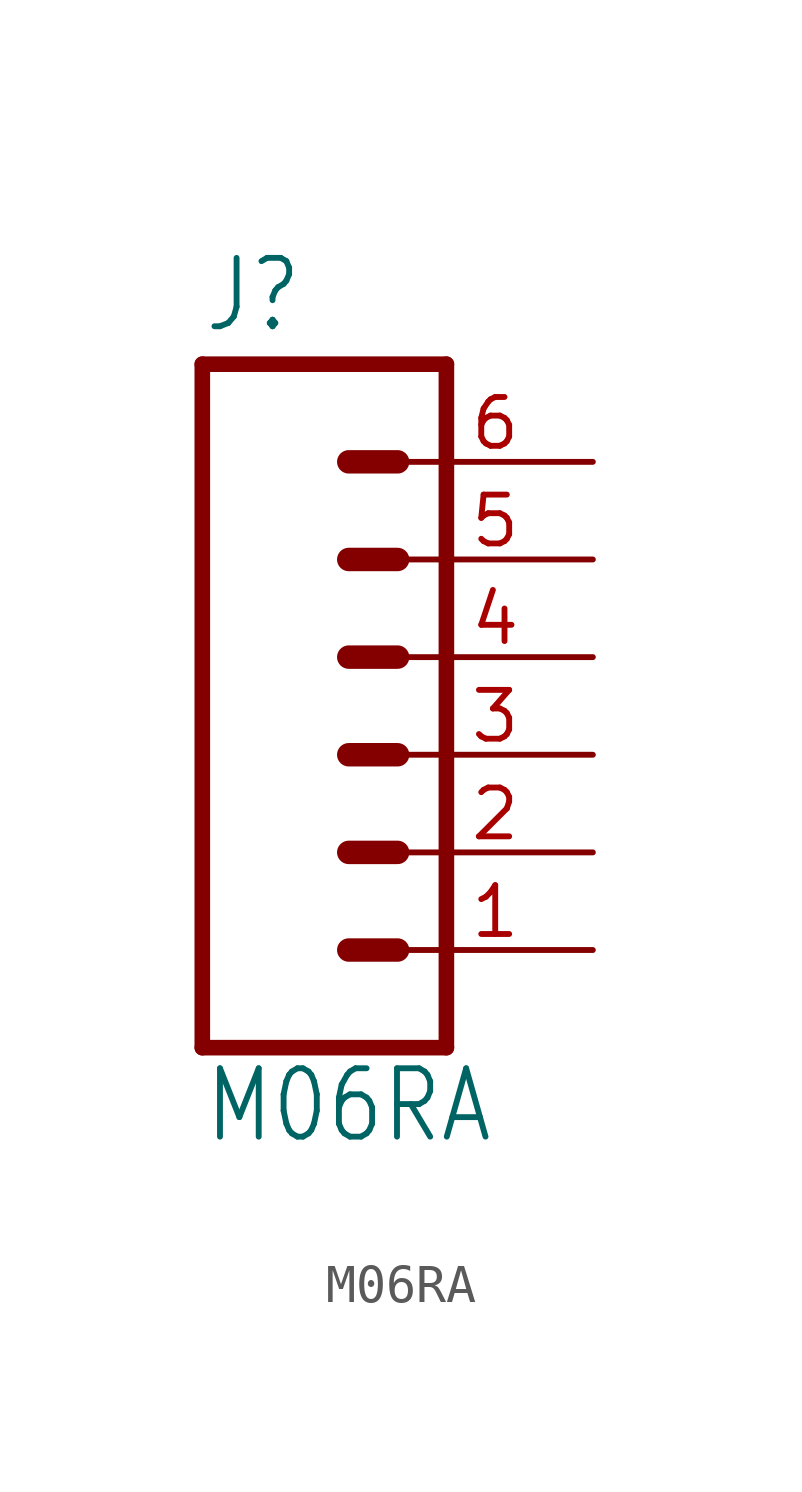
<source format=kicad_sym>
(kicad_symbol_lib
  (version 20220914)
  (generator kicad_symbol_editor)
  (symbol "M06RA"
    (property "Reference" "J"
      (at -5.08 10.922 0)
      (effects (font (size 1.778 1.511)) (justify left bottom)))
    (property "Value" "M06RA"
      (at -5.08 -10.16 0)
      (effects (font (size 1.778 1.511)) (justify left bottom)))
    (property "ki_locked" ""
      (at 0 0 0)
      (effects (font (size 1.27 1.27))))
    (symbol "M06RA_1_0"
      (polyline (pts (xy -5.08 10.16) (xy -5.08 -7.62)) (stroke (width 0.406) (type default)) (fill (type none)))
      (polyline (pts (xy -5.08 10.16) (xy 1.27 10.16)) (stroke (width 0.406) (type default)) (fill (type none)))
      (polyline (pts (xy -1.27 -5.08) (xy 0 -5.08)) (stroke (width 0.61) (type default)) (fill (type none)))
      (polyline (pts (xy -1.27 -2.54) (xy 0 -2.54)) (stroke (width 0.61) (type default)) (fill (type none)))
      (polyline (pts (xy -1.27 0) (xy 0 0)) (stroke (width 0.61) (type default)) (fill (type none)))
      (polyline (pts (xy -1.27 2.54) (xy 0 2.54)) (stroke (width 0.61) (type default)) (fill (type none)))
      (polyline (pts (xy -1.27 5.08) (xy 0 5.08)) (stroke (width 0.61) (type default)) (fill (type none)))
      (polyline (pts (xy -1.27 7.62) (xy 0 7.62)) (stroke (width 0.61) (type default)) (fill (type none)))
      (polyline (pts (xy 1.27 -7.62) (xy -5.08 -7.62)) (stroke (width 0.406) (type default)) (fill (type none)))
      (polyline (pts (xy 1.27 -7.62) (xy 1.27 10.16)) (stroke (width 0.406) (type default)) (fill (type none)))
      (pin passive line (at 5.08 -5.08 180) (length 5.08) (name "1" (effects (font (size 0 0)))) (number "1" (effects (font (size 1.27 1.27)))))
      (pin passive line (at 5.08 -2.54 180) (length 5.08) (name "2" (effects (font (size 0 0)))) (number "2" (effects (font (size 1.27 1.27)))))
      (pin passive line (at 5.08 0 180) (length 5.08) (name "3" (effects (font (size 0 0)))) (number "3" (effects (font (size 1.27 1.27)))))
      (pin passive line (at 5.08 2.54 180) (length 5.08) (name "4" (effects (font (size 0 0)))) (number "4" (effects (font (size 1.27 1.27)))))
      (pin passive line (at 5.08 5.08 180) (length 5.08) (name "5" (effects (font (size 0 0)))) (number "5" (effects (font (size 1.27 1.27)))))
      (pin passive line (at 5.08 7.62 180) (length 5.08) (name "6" (effects (font (size 0 0)))) (number "6" (effects (font (size 1.27 1.27))))))))
</source>
